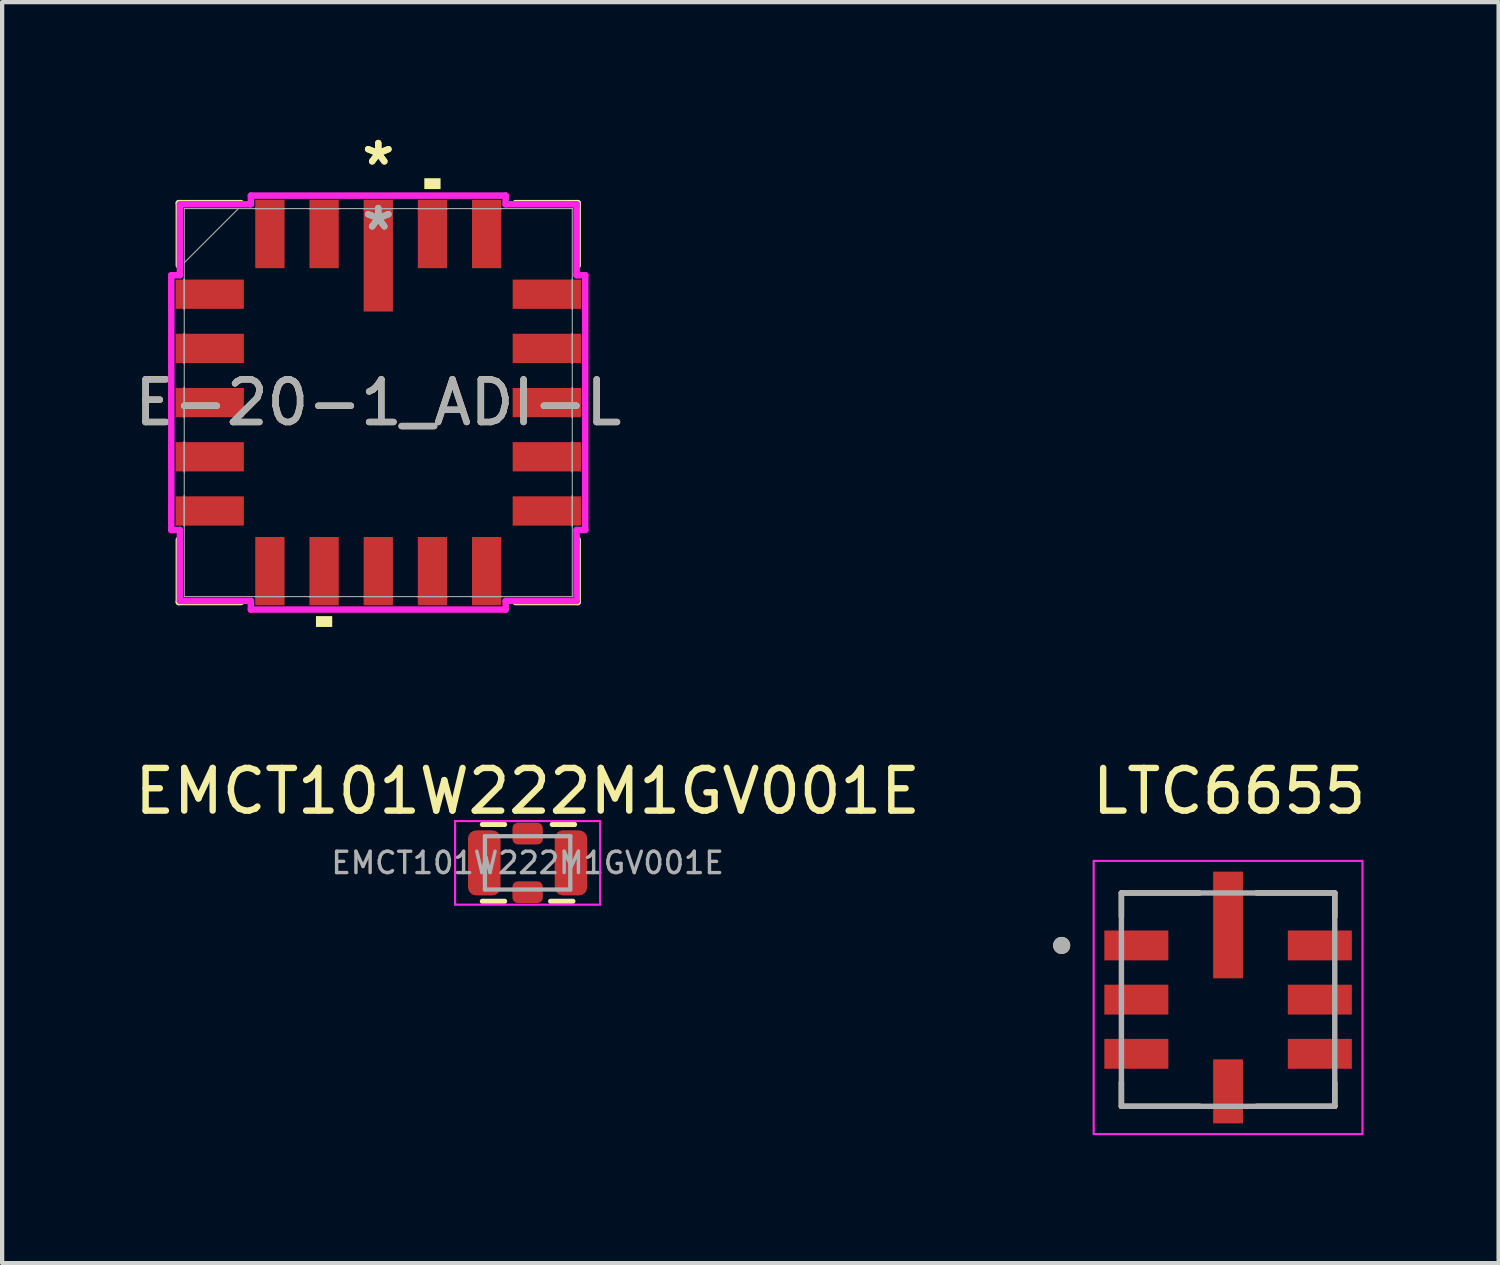
<source format=kicad_pcb>
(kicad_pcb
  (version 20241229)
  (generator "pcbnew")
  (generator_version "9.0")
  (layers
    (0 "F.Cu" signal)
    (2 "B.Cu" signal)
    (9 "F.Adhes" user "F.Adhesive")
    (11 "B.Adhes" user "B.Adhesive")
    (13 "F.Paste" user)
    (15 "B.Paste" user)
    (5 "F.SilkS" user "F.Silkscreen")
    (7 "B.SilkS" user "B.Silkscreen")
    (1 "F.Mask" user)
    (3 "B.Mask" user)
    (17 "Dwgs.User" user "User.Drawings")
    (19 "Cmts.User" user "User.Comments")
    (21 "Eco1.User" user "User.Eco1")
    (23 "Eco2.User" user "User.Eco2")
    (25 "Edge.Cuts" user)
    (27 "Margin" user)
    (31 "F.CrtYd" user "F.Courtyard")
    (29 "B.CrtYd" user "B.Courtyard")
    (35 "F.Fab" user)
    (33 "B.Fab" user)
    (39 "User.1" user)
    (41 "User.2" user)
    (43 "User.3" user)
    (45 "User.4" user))
  (footprint "LTC6655"
    (layer "F.Cu")
    (at 25.731 20.377)
    (property "Reference" "LTC6655" (at 0.025 -4.885 0) (layer "F.SilkS") (effects (font (size 1 1) (thickness 0.15))))
    (attr smd)
    (fp_poly (pts (xy -2.9 -1.62) (xy -1.4 -1.62) (xy -1.4 -0.92) (xy -2.9 -0.92)) (stroke (width 0.01) (type solid)) (fill yes) (layer "F.Mask"))
    (fp_poly (pts (xy -2.9 -0.35) (xy -1.4 -0.35) (xy -1.4 0.35) (xy -2.9 0.35)) (stroke (width 0.01) (type solid)) (fill yes) (layer "F.Mask"))
    (fp_poly (pts (xy -2.9 0.92) (xy -1.4 0.92) (xy -1.4 1.62) (xy -2.9 1.62)) (stroke (width 0.01) (type solid)) (fill yes) (layer "F.Mask"))
    (fp_poly (pts (xy -0.35 -3) (xy 0.35 -3) (xy 0.35 -0.5) (xy -0.35 -0.5)) (stroke (width 0.01) (type solid)) (fill yes) (layer "F.Mask"))
    (fp_poly (pts (xy -0.35 1.4) (xy 0.35 1.4) (xy 0.35 2.9) (xy -0.35 2.9)) (stroke (width 0.01) (type solid)) (fill yes) (layer "F.Mask"))
    (fp_poly (pts (xy 1.4 -1.62) (xy 2.9 -1.62) (xy 2.9 -0.92) (xy 1.4 -0.92)) (stroke (width 0.01) (type solid)) (fill yes) (layer "F.Mask"))
    (fp_poly (pts (xy 1.4 -0.35) (xy 2.9 -0.35) (xy 2.9 0.35) (xy 1.4 0.35)) (stroke (width 0.01) (type solid)) (fill yes) (layer "F.Mask"))
    (fp_poly (pts (xy 1.4 0.92) (xy 2.9 0.92) (xy 2.9 1.62) (xy 1.4 1.62)) (stroke (width 0.01) (type solid)) (fill yes) (layer "F.Mask"))
    (fp_line (start -2.5 -2.5) (end -0.67 -2.5) (stroke (width 0.127) (type solid)) (layer "F.SilkS"))
    (fp_line (start -2.5 -1.94) (end -2.5 -2.5) (stroke (width 0.127) (type solid)) (layer "F.SilkS"))
    (fp_line (start -2.5 2.5) (end -2.5 1.94) (stroke (width 0.127) (type solid)) (layer "F.SilkS"))
    (fp_line (start -0.67 2.5) (end -2.5 2.5) (stroke (width 0.127) (type solid)) (layer "F.SilkS"))
    (fp_line (start 0.67 -2.5) (end 2.5 -2.5) (stroke (width 0.127) (type solid)) (layer "F.SilkS"))
    (fp_line (start 2.5 -2.5) (end 2.5 -1.94) (stroke (width 0.127) (type solid)) (layer "F.SilkS"))
    (fp_line (start 2.5 2.5) (end 0.67 2.5) (stroke (width 0.127) (type solid)) (layer "F.SilkS"))
    (fp_line (start 2.5 2.5) (end 2.5 1.94) (stroke (width 0.127) (type solid)) (layer "F.SilkS"))
    (fp_circle (center -3.9 -1.27) (end -3.8 -1.27) (stroke (width 0.2) (type solid)) (fill no) (layer "F.SilkS"))
    (fp_line (start -3.15 -3.25) (end -3.15 3.15) (stroke (width 0.05) (type solid)) (layer "F.CrtYd"))
    (fp_line (start -3.15 3.15) (end 3.15 3.15) (stroke (width 0.05) (type solid)) (layer "F.CrtYd"))
    (fp_line (start 3.15 -3.25) (end -3.15 -3.25) (stroke (width 0.05) (type solid)) (layer "F.CrtYd"))
    (fp_line (start 3.15 3.15) (end 3.15 -3.25) (stroke (width 0.05) (type solid)) (layer "F.CrtYd"))
    (fp_line (start -2.5 -2.5) (end 2.5 -2.5) (stroke (width 0.127) (type solid)) (layer "F.Fab"))
    (fp_line (start -2.5 2.5) (end -2.5 -2.5) (stroke (width 0.127) (type solid)) (layer "F.Fab"))
    (fp_line (start 2.5 -2.5) (end 2.5 2.5) (stroke (width 0.127) (type solid)) (layer "F.Fab"))
    (fp_line (start 2.5 2.5) (end -2.5 2.5) (stroke (width 0.127) (type solid)) (layer "F.Fab"))
    (fp_circle (center -3.9 -1.27) (end -3.8 -1.27) (stroke (width 0.2) (type solid)) (fill no) (layer "F.Fab"))
    (pad "1" smd rect (at -2.15 -1.27) (size 1.5 0.7) (layers "F.Cu" "F.Paste"))
    (pad "2" smd rect (at -2.15 0) (size 1.5 0.7) (layers "F.Cu" "F.Paste"))
    (pad "3" smd rect (at -2.15 1.27) (size 1.5 0.7) (layers "F.Cu" "F.Paste"))
    (pad "4" smd rect (at 0 2.15) (size 0.7 1.5) (layers "F.Cu" "F.Paste"))
    (pad "5" smd rect (at 2.15 1.27) (size 1.5 0.7) (layers "F.Cu" "F.Paste"))
    (pad "6" smd rect (at 2.15 0) (size 1.5 0.7) (layers "F.Cu" "F.Paste"))
    (pad "7" smd rect (at 2.15 -1.27) (size 1.5 0.7) (layers "F.Cu" "F.Paste"))
    (pad "8" smd rect (at 0 -1.75) (size 0.7 2.5) (layers "F.Cu" "F.Paste")))
  (footprint "EMCT101W222M1GV001E"
    (layer "F.Cu")
    (at 9.315 17.172)
    (property "Reference" "EMCT101W222M1GV001E" (at 0 -1.68 0) (layer "F.SilkS") (effects (font (size 1 1) (thickness 0.15))))
    (attr smd)
    (fp_line (start -1.061 -0.9) (end -0.539 -0.9) (stroke (width 0.12) (type solid)) (layer "F.SilkS"))
    (fp_line (start -1.061 0.9) (end -0.539 0.9) (stroke (width 0.12) (type solid)) (layer "F.SilkS"))
    (fp_line (start 0.539 0.9) (end 1.061 0.9) (stroke (width 0.12) (type solid)) (layer "F.SilkS"))
    (fp_line (start 0.577 -0.9) (end 1.1 -0.9) (stroke (width 0.12) (type solid)) (layer "F.SilkS"))
    (fp_line (start -1.7 -0.98) (end 1.7 -0.98) (stroke (width 0.05) (type solid)) (layer "F.CrtYd"))
    (fp_line (start -1.7 0.98) (end -1.7 -0.98) (stroke (width 0.05) (type solid)) (layer "F.CrtYd"))
    (fp_line (start 1.7 -0.98) (end 1.7 0.98) (stroke (width 0.05) (type solid)) (layer "F.CrtYd"))
    (fp_line (start 1.7 0.98) (end -1.7 0.98) (stroke (width 0.05) (type solid)) (layer "F.CrtYd"))
    (fp_line (start -1 -0.625) (end 1 -0.625) (stroke (width 0.1) (type solid)) (layer "F.Fab"))
    (fp_line (start -1 0.625) (end -1 -0.625) (stroke (width 0.1) (type solid)) (layer "F.Fab"))
    (fp_line (start 1 -0.625) (end 1 0.625) (stroke (width 0.1) (type solid)) (layer "F.Fab"))
    (fp_line (start 1 0.625) (end -1 0.625) (stroke (width 0.1) (type solid)) (layer "F.Fab"))
    (fp_text user "${REFERENCE}" (at 0 0 0) (layer "F.Fab") (effects (font (size 0.5 0.5) (thickness 0.08))))
    (pad "1" smd roundrect (at -1.016 0) (size 0.762 1.524) (layers "F.Cu" "F.Mask" "F.Paste") (roundrect_rratio 0.25))
    (pad "2" smd roundrect (at 1.016 0) (size 0.762 1.524) (layers "F.Cu" "F.Mask" "F.Paste") (roundrect_rratio 0.25))
    (pad "3" smd roundrect (at 0 0.686) (size 0.711 0.508) (layers "F.Cu" "F.Mask" "F.Paste") (roundrect_rratio 0.25))
    (pad "4" smd roundrect (at 0 -0.686) (size 0.711 0.508) (layers "F.Cu" "F.Mask" "F.Paste") (roundrect_rratio 0.25)))
  (footprint "E-20-1_ADI-L"
    (layer "F.Cu")
    (at 5.815 6.385)
    (property "Reference" "E-20-1_ADI-L" (at 0 0 0) (unlocked yes) (layer "F.SilkS") (effects (font (size 1 1) (thickness 0.15))))
    (attr smd)
    (fp_line (start -4.674 -4.674) (end -4.674 -3.216) (stroke (width 0.152) (type solid)) (layer "F.SilkS"))
    (fp_line (start -4.674 3.216) (end -4.674 4.674) (stroke (width 0.152) (type solid)) (layer "F.SilkS"))
    (fp_line (start -4.674 4.674) (end -3.216 4.674) (stroke (width 0.152) (type solid)) (layer "F.SilkS"))
    (fp_line (start -3.216 -4.674) (end -4.674 -4.674) (stroke (width 0.152) (type solid)) (layer "F.SilkS"))
    (fp_line (start 3.216 4.674) (end 4.674 4.674) (stroke (width 0.152) (type solid)) (layer "F.SilkS"))
    (fp_line (start 4.674 -4.674) (end 3.216 -4.674) (stroke (width 0.152) (type solid)) (layer "F.SilkS"))
    (fp_line (start 4.674 -3.216) (end 4.674 -4.674) (stroke (width 0.152) (type solid)) (layer "F.SilkS"))
    (fp_line (start 4.674 4.674) (end 4.674 3.216) (stroke (width 0.152) (type solid)) (layer "F.SilkS"))
    (fp_poly (pts (xy -1.46 5.004) (xy -1.46 5.258) (xy -1.079 5.258) (xy -1.079 5.004)) (stroke (width 0) (type solid)) (fill yes) (layer "F.SilkS"))
    (fp_poly (pts (xy 1.079 -5.004) (xy 1.079 -5.258) (xy 1.46 -5.258) (xy 1.46 -5.004)) (stroke (width 0) (type solid)) (fill yes) (layer "F.SilkS"))
    (fp_line (start -4.851 -2.985) (end -4.648 -2.985) (stroke (width 0.152) (type solid)) (layer "F.CrtYd"))
    (fp_line (start -4.851 2.985) (end -4.851 -2.985) (stroke (width 0.152) (type solid)) (layer "F.CrtYd"))
    (fp_line (start -4.851 2.985) (end -4.648 2.985) (stroke (width 0.152) (type solid)) (layer "F.CrtYd"))
    (fp_line (start -4.648 -4.648) (end -2.985 -4.648) (stroke (width 0.152) (type solid)) (layer "F.CrtYd"))
    (fp_line (start -4.648 -2.985) (end -4.648 -4.648) (stroke (width 0.152) (type solid)) (layer "F.CrtYd"))
    (fp_line (start -4.648 4.648) (end -4.648 2.985) (stroke (width 0.152) (type solid)) (layer "F.CrtYd"))
    (fp_line (start -2.985 -4.851) (end 2.985 -4.851) (stroke (width 0.152) (type solid)) (layer "F.CrtYd"))
    (fp_line (start -2.985 -4.648) (end -2.985 -4.851) (stroke (width 0.152) (type solid)) (layer "F.CrtYd"))
    (fp_line (start -2.985 4.648) (end -4.648 4.648) (stroke (width 0.152) (type solid)) (layer "F.CrtYd"))
    (fp_line (start -2.985 4.851) (end -2.985 4.648) (stroke (width 0.152) (type solid)) (layer "F.CrtYd"))
    (fp_line (start 2.985 -4.851) (end 2.985 -4.648) (stroke (width 0.152) (type solid)) (layer "F.CrtYd"))
    (fp_line (start 2.985 -4.648) (end 4.648 -4.648) (stroke (width 0.152) (type solid)) (layer "F.CrtYd"))
    (fp_line (start 2.985 4.648) (end 2.985 4.851) (stroke (width 0.152) (type solid)) (layer "F.CrtYd"))
    (fp_line (start 2.985 4.851) (end -2.985 4.851) (stroke (width 0.152) (type solid)) (layer "F.CrtYd"))
    (fp_line (start 4.648 -4.648) (end 4.648 -2.985) (stroke (width 0.152) (type solid)) (layer "F.CrtYd"))
    (fp_line (start 4.648 -2.985) (end 4.851 -2.985) (stroke (width 0.152) (type solid)) (layer "F.CrtYd"))
    (fp_line (start 4.648 2.985) (end 4.648 4.648) (stroke (width 0.152) (type solid)) (layer "F.CrtYd"))
    (fp_line (start 4.648 4.648) (end 2.985 4.648) (stroke (width 0.152) (type solid)) (layer "F.CrtYd"))
    (fp_line (start 4.851 -2.985) (end 4.851 2.985) (stroke (width 0.152) (type solid)) (layer "F.CrtYd"))
    (fp_line (start 4.851 2.985) (end 4.648 2.985) (stroke (width 0.152) (type solid)) (layer "F.CrtYd"))
    (fp_line (start -4.547 -4.547) (end -4.547 4.547) (stroke (width 0.025) (type solid)) (layer "F.Fab"))
    (fp_line (start -4.547 -3.277) (end -3.277 -4.547) (stroke (width 0.025) (type solid)) (layer "F.Fab"))
    (fp_line (start -4.547 -2.896) (end -4.547 -2.896) (stroke (width 0.025) (type solid)) (layer "F.Fab"))
    (fp_line (start -4.547 -2.896) (end -4.547 -2.184) (stroke (width 0.025) (type solid)) (layer "F.Fab"))
    (fp_line (start -4.547 -2.184) (end -4.547 -2.896) (stroke (width 0.025) (type solid)) (layer "F.Fab"))
    (fp_line (start -4.547 -2.184) (end -4.547 -2.184) (stroke (width 0.025) (type solid)) (layer "F.Fab"))
    (fp_line (start -4.547 -1.626) (end -4.547 -1.626) (stroke (width 0.025) (type solid)) (layer "F.Fab"))
    (fp_line (start -4.547 -1.626) (end -4.547 -0.914) (stroke (width 0.025) (type solid)) (layer "F.Fab"))
    (fp_line (start -4.547 -0.914) (end -4.547 -1.626) (stroke (width 0.025) (type solid)) (layer "F.Fab"))
    (fp_line (start -4.547 -0.914) (end -4.547 -0.914) (stroke (width 0.025) (type solid)) (layer "F.Fab"))
    (fp_line (start -4.547 -0.356) (end -4.547 -0.356) (stroke (width 0.025) (type solid)) (layer "F.Fab"))
    (fp_line (start -4.547 -0.356) (end -4.547 0.356) (stroke (width 0.025) (type solid)) (layer "F.Fab"))
    (fp_line (start -4.547 0.356) (end -4.547 -0.356) (stroke (width 0.025) (type solid)) (layer "F.Fab"))
    (fp_line (start -4.547 0.356) (end -4.547 0.356) (stroke (width 0.025) (type solid)) (layer "F.Fab"))
    (fp_line (start -4.547 0.914) (end -4.547 0.914) (stroke (width 0.025) (type solid)) (layer "F.Fab"))
    (fp_line (start -4.547 0.914) (end -4.547 1.626) (stroke (width 0.025) (type solid)) (layer "F.Fab"))
    (fp_line (start -4.547 1.626) (end -4.547 0.914) (stroke (width 0.025) (type solid)) (layer "F.Fab"))
    (fp_line (start -4.547 1.626) (end -4.547 1.626) (stroke (width 0.025) (type solid)) (layer "F.Fab"))
    (fp_line (start -4.547 2.184) (end -4.547 2.184) (stroke (width 0.025) (type solid)) (layer "F.Fab"))
    (fp_line (start -4.547 2.184) (end -4.547 2.896) (stroke (width 0.025) (type solid)) (layer "F.Fab"))
    (fp_line (start -4.547 2.896) (end -4.547 2.184) (stroke (width 0.025) (type solid)) (layer "F.Fab"))
    (fp_line (start -4.547 2.896) (end -4.547 2.896) (stroke (width 0.025) (type solid)) (layer "F.Fab"))
    (fp_line (start -4.547 4.547) (end 4.547 4.547) (stroke (width 0.025) (type solid)) (layer "F.Fab"))
    (fp_line (start -2.896 -4.547) (end -2.896 -4.547) (stroke (width 0.025) (type solid)) (layer "F.Fab"))
    (fp_line (start -2.896 -4.547) (end -2.184 -4.547) (stroke (width 0.025) (type solid)) (layer "F.Fab"))
    (fp_line (start -2.896 4.547) (end -2.896 4.547) (stroke (width 0.025) (type solid)) (layer "F.Fab"))
    (fp_line (start -2.896 4.547) (end -2.184 4.547) (stroke (width 0.025) (type solid)) (layer "F.Fab"))
    (fp_line (start -2.184 -4.547) (end -2.896 -4.547) (stroke (width 0.025) (type solid)) (layer "F.Fab"))
    (fp_line (start -2.184 -4.547) (end -2.184 -4.547) (stroke (width 0.025) (type solid)) (layer "F.Fab"))
    (fp_line (start -2.184 4.547) (end -2.896 4.547) (stroke (width 0.025) (type solid)) (layer "F.Fab"))
    (fp_line (start -2.184 4.547) (end -2.184 4.547) (stroke (width 0.025) (type solid)) (layer "F.Fab"))
    (fp_line (start -1.626 -4.547) (end -1.626 -4.547) (stroke (width 0.025) (type solid)) (layer "F.Fab"))
    (fp_line (start -1.626 -4.547) (end -0.914 -4.547) (stroke (width 0.025) (type solid)) (layer "F.Fab"))
    (fp_line (start -1.626 4.547) (end -1.626 4.547) (stroke (width 0.025) (type solid)) (layer "F.Fab"))
    (fp_line (start -1.626 4.547) (end -0.914 4.547) (stroke (width 0.025) (type solid)) (layer "F.Fab"))
    (fp_line (start -0.914 -4.547) (end -1.626 -4.547) (stroke (width 0.025) (type solid)) (layer "F.Fab"))
    (fp_line (start -0.914 -4.547) (end -0.914 -4.547) (stroke (width 0.025) (type solid)) (layer "F.Fab"))
    (fp_line (start -0.914 4.547) (end -1.626 4.547) (stroke (width 0.025) (type solid)) (layer "F.Fab"))
    (fp_line (start -0.914 4.547) (end -0.914 4.547) (stroke (width 0.025) (type solid)) (layer "F.Fab"))
    (fp_line (start -0.356 -4.547) (end -0.356 -4.547) (stroke (width 0.025) (type solid)) (layer "F.Fab"))
    (fp_line (start -0.356 -4.547) (end 0.356 -4.547) (stroke (width 0.025) (type solid)) (layer "F.Fab"))
    (fp_line (start -0.356 4.547) (end -0.356 4.547) (stroke (width 0.025) (type solid)) (layer "F.Fab"))
    (fp_line (start -0.356 4.547) (end 0.356 4.547) (stroke (width 0.025) (type solid)) (layer "F.Fab"))
    (fp_line (start 0.356 -4.547) (end -0.356 -4.547) (stroke (width 0.025) (type solid)) (layer "F.Fab"))
    (fp_line (start 0.356 -4.547) (end 0.356 -4.547) (stroke (width 0.025) (type solid)) (layer "F.Fab"))
    (fp_line (start 0.356 4.547) (end -0.356 4.547) (stroke (width 0.025) (type solid)) (layer "F.Fab"))
    (fp_line (start 0.356 4.547) (end 0.356 4.547) (stroke (width 0.025) (type solid)) (layer "F.Fab"))
    (fp_line (start 0.914 -4.547) (end 0.914 -4.547) (stroke (width 0.025) (type solid)) (layer "F.Fab"))
    (fp_line (start 0.914 -4.547) (end 1.626 -4.547) (stroke (width 0.025) (type solid)) (layer "F.Fab"))
    (fp_line (start 0.914 4.547) (end 0.914 4.547) (stroke (width 0.025) (type solid)) (layer "F.Fab"))
    (fp_line (start 0.914 4.547) (end 1.626 4.547) (stroke (width 0.025) (type solid)) (layer "F.Fab"))
    (fp_line (start 1.626 -4.547) (end 0.914 -4.547) (stroke (width 0.025) (type solid)) (layer "F.Fab"))
    (fp_line (start 1.626 -4.547) (end 1.626 -4.547) (stroke (width 0.025) (type solid)) (layer "F.Fab"))
    (fp_line (start 1.626 4.547) (end 0.914 4.547) (stroke (width 0.025) (type solid)) (layer "F.Fab"))
    (fp_line (start 1.626 4.547) (end 1.626 4.547) (stroke (width 0.025) (type solid)) (layer "F.Fab"))
    (fp_line (start 2.184 -4.547) (end 2.184 -4.547) (stroke (width 0.025) (type solid)) (layer "F.Fab"))
    (fp_line (start 2.184 -4.547) (end 2.896 -4.547) (stroke (width 0.025) (type solid)) (layer "F.Fab"))
    (fp_line (start 2.184 4.547) (end 2.184 4.547) (stroke (width 0.025) (type solid)) (layer "F.Fab"))
    (fp_line (start 2.184 4.547) (end 2.896 4.547) (stroke (width 0.025) (type solid)) (layer "F.Fab"))
    (fp_line (start 2.896 -4.547) (end 2.184 -4.547) (stroke (width 0.025) (type solid)) (layer "F.Fab"))
    (fp_line (start 2.896 -4.547) (end 2.896 -4.547) (stroke (width 0.025) (type solid)) (layer "F.Fab"))
    (fp_line (start 2.896 4.547) (end 2.184 4.547) (stroke (width 0.025) (type solid)) (layer "F.Fab"))
    (fp_line (start 2.896 4.547) (end 2.896 4.547) (stroke (width 0.025) (type solid)) (layer "F.Fab"))
    (fp_line (start 4.547 -4.547) (end -4.547 -4.547) (stroke (width 0.025) (type solid)) (layer "F.Fab"))
    (fp_line (start 4.547 -2.896) (end 4.547 -2.896) (stroke (width 0.025) (type solid)) (layer "F.Fab"))
    (fp_line (start 4.547 -2.896) (end 4.547 -2.184) (stroke (width 0.025) (type solid)) (layer "F.Fab"))
    (fp_line (start 4.547 -2.184) (end 4.547 -2.896) (stroke (width 0.025) (type solid)) (layer "F.Fab"))
    (fp_line (start 4.547 -2.184) (end 4.547 -2.184) (stroke (width 0.025) (type solid)) (layer "F.Fab"))
    (fp_line (start 4.547 -1.626) (end 4.547 -1.626) (stroke (width 0.025) (type solid)) (layer "F.Fab"))
    (fp_line (start 4.547 -1.626) (end 4.547 -0.914) (stroke (width 0.025) (type solid)) (layer "F.Fab"))
    (fp_line (start 4.547 -0.914) (end 4.547 -1.626) (stroke (width 0.025) (type solid)) (layer "F.Fab"))
    (fp_line (start 4.547 -0.914) (end 4.547 -0.914) (stroke (width 0.025) (type solid)) (layer "F.Fab"))
    (fp_line (start 4.547 -0.356) (end 4.547 -0.356) (stroke (width 0.025) (type solid)) (layer "F.Fab"))
    (fp_line (start 4.547 -0.356) (end 4.547 0.356) (stroke (width 0.025) (type solid)) (layer "F.Fab"))
    (fp_line (start 4.547 0.356) (end 4.547 -0.356) (stroke (width 0.025) (type solid)) (layer "F.Fab"))
    (fp_line (start 4.547 0.356) (end 4.547 0.356) (stroke (width 0.025) (type solid)) (layer "F.Fab"))
    (fp_line (start 4.547 0.914) (end 4.547 0.914) (stroke (width 0.025) (type solid)) (layer "F.Fab"))
    (fp_line (start 4.547 0.914) (end 4.547 1.626) (stroke (width 0.025) (type solid)) (layer "F.Fab"))
    (fp_line (start 4.547 1.626) (end 4.547 0.914) (stroke (width 0.025) (type solid)) (layer "F.Fab"))
    (fp_line (start 4.547 1.626) (end 4.547 1.626) (stroke (width 0.025) (type solid)) (layer "F.Fab"))
    (fp_line (start 4.547 2.184) (end 4.547 2.184) (stroke (width 0.025) (type solid)) (layer "F.Fab"))
    (fp_line (start 4.547 2.184) (end 4.547 2.896) (stroke (width 0.025) (type solid)) (layer "F.Fab"))
    (fp_line (start 4.547 2.896) (end 4.547 2.184) (stroke (width 0.025) (type solid)) (layer "F.Fab"))
    (fp_line (start 4.547 2.896) (end 4.547 2.896) (stroke (width 0.025) (type solid)) (layer "F.Fab"))
    (fp_line (start 4.547 4.547) (end 4.547 -4.547) (stroke (width 0.025) (type solid)) (layer "F.Fab"))
    (fp_text user "*" (at 0 -5.537 0) (layer "F.SilkS") (effects (font (size 1 1) (thickness 0.15))))
    (fp_text user "*" (at 0 -5.537 0) (unlocked yes) (layer "F.SilkS") (effects (font (size 1 1) (thickness 0.15))))
    (fp_text user "${REFERENCE}" (at 0 0 0) (unlocked yes) (layer "F.Fab") (effects (font (size 1 1) (thickness 0.15))))
    (fp_text user "*" (at 0 -4.013 0) (unlocked yes) (layer "F.Fab") (effects (font (size 1 1) (thickness 0.15))))
    (fp_text user "*" (at 0 -4.013 0) (layer "F.Fab") (effects (font (size 1 1) (thickness 0.15))))
    (pad "1" smd rect (at 0 -3.442) (size 0.686 2.616) (layers "F.Cu" "F.Mask" "F.Paste"))
    (pad "2" smd rect (at -1.27 -3.95) (size 0.686 1.6) (layers "F.Cu" "F.Mask" "F.Paste"))
    (pad "3" smd rect (at -2.54 -3.95) (size 0.686 1.6) (layers "F.Cu" "F.Mask" "F.Paste"))
    (pad "4" smd rect (at -3.95 -2.54 90) (size 0.686 1.6) (layers "F.Cu" "F.Mask" "F.Paste"))
    (pad "5" smd rect (at -3.95 -1.27 90) (size 0.686 1.6) (layers "F.Cu" "F.Mask" "F.Paste"))
    (pad "6" smd rect (at -3.95 0 90) (size 0.686 1.6) (layers "F.Cu" "F.Mask" "F.Paste"))
    (pad "7" smd rect (at -3.95 1.27 90) (size 0.686 1.6) (layers "F.Cu" "F.Mask" "F.Paste"))
    (pad "8" smd rect (at -3.95 2.54 90) (size 0.686 1.6) (layers "F.Cu" "F.Mask" "F.Paste"))
    (pad "9" smd rect (at -2.54 3.95) (size 0.686 1.6) (layers "F.Cu" "F.Mask" "F.Paste"))
    (pad "10" smd rect (at -1.27 3.95) (size 0.686 1.6) (layers "F.Cu" "F.Mask" "F.Paste"))
    (pad "11" smd rect (at 0 3.95) (size 0.686 1.6) (layers "F.Cu" "F.Mask" "F.Paste"))
    (pad "12" smd rect (at 1.27 3.95) (size 0.686 1.6) (layers "F.Cu" "F.Mask" "F.Paste"))
    (pad "13" smd rect (at 2.54 3.95) (size 0.686 1.6) (layers "F.Cu" "F.Mask" "F.Paste"))
    (pad "14" smd rect (at 3.95 2.54 90) (size 0.686 1.6) (layers "F.Cu" "F.Mask" "F.Paste"))
    (pad "15" smd rect (at 3.95 1.27 90) (size 0.686 1.6) (layers "F.Cu" "F.Mask" "F.Paste"))
    (pad "16" smd rect (at 3.95 0 90) (size 0.686 1.6) (layers "F.Cu" "F.Mask" "F.Paste"))
    (pad "17" smd rect (at 3.95 -1.27 90) (size 0.686 1.6) (layers "F.Cu" "F.Mask" "F.Paste"))
    (pad "18" smd rect (at 3.95 -2.54 90) (size 0.686 1.6) (layers "F.Cu" "F.Mask" "F.Paste"))
    (pad "19" smd rect (at 2.54 -3.95) (size 0.686 1.6) (layers "F.Cu" "F.Mask" "F.Paste"))
    (pad "20" smd rect (at 1.27 -3.95) (size 0.686 1.6) (layers "F.Cu" "F.Mask" "F.Paste")))
  (gr_rect
    (start -3 -3)
    (end 32.071 26.552)
    (stroke (width 0.1) (type default))
    (fill no)
    (layer "Edge.Cuts")))
</source>
